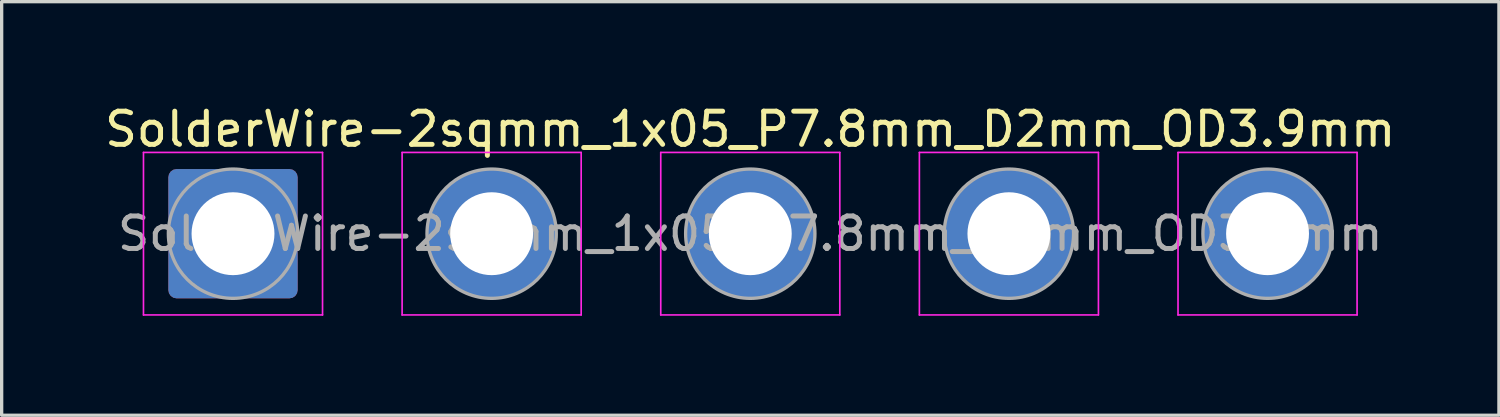
<source format=kicad_pcb>
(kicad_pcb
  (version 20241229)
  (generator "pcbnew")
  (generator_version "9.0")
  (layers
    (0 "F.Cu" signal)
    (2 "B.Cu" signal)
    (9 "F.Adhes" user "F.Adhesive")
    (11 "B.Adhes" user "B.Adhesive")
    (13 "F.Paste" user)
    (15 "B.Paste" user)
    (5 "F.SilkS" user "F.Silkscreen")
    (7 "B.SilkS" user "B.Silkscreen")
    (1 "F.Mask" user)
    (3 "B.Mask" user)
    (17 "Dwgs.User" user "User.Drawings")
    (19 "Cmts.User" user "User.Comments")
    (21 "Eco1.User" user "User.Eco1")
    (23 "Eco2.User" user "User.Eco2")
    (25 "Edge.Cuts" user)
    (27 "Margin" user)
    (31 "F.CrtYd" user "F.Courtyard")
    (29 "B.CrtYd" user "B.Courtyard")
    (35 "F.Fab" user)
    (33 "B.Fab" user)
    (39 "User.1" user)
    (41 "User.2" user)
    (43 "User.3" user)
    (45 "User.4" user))
  (footprint "SolderWire-2sqmm_1x05_P7.8mm_D2mm_OD3.9mm"
    (layer "F.Cu")
    (at 3.977 3.998)
    (property "Reference" "SolderWire-2sqmm_1x05_P7.8mm_D2mm_OD3.9mm" (at 15.6 -3.15 0) (layer "F.SilkS") (effects (font (size 1 1) (thickness 0.15))))
    (attr exclude_from_pos_files exclude_from_bom)
    (fp_line (start -2.7 -2.45) (end -2.7 2.45) (stroke (width 0.05) (type solid)) (layer "F.CrtYd"))
    (fp_line (start -2.7 2.45) (end 2.7 2.45) (stroke (width 0.05) (type solid)) (layer "F.CrtYd"))
    (fp_line (start 2.7 -2.45) (end -2.7 -2.45) (stroke (width 0.05) (type solid)) (layer "F.CrtYd"))
    (fp_line (start 2.7 2.45) (end 2.7 -2.45) (stroke (width 0.05) (type solid)) (layer "F.CrtYd"))
    (fp_line (start 5.1 -2.45) (end 5.1 2.45) (stroke (width 0.05) (type solid)) (layer "F.CrtYd"))
    (fp_line (start 5.1 2.45) (end 10.5 2.45) (stroke (width 0.05) (type solid)) (layer "F.CrtYd"))
    (fp_line (start 10.5 -2.45) (end 5.1 -2.45) (stroke (width 0.05) (type solid)) (layer "F.CrtYd"))
    (fp_line (start 10.5 2.45) (end 10.5 -2.45) (stroke (width 0.05) (type solid)) (layer "F.CrtYd"))
    (fp_line (start 12.9 -2.45) (end 12.9 2.45) (stroke (width 0.05) (type solid)) (layer "F.CrtYd"))
    (fp_line (start 12.9 2.45) (end 18.3 2.45) (stroke (width 0.05) (type solid)) (layer "F.CrtYd"))
    (fp_line (start 18.3 -2.45) (end 12.9 -2.45) (stroke (width 0.05) (type solid)) (layer "F.CrtYd"))
    (fp_line (start 18.3 2.45) (end 18.3 -2.45) (stroke (width 0.05) (type solid)) (layer "F.CrtYd"))
    (fp_line (start 20.7 -2.45) (end 20.7 2.45) (stroke (width 0.05) (type solid)) (layer "F.CrtYd"))
    (fp_line (start 20.7 2.45) (end 26.1 2.45) (stroke (width 0.05) (type solid)) (layer "F.CrtYd"))
    (fp_line (start 26.1 -2.45) (end 20.7 -2.45) (stroke (width 0.05) (type solid)) (layer "F.CrtYd"))
    (fp_line (start 26.1 2.45) (end 26.1 -2.45) (stroke (width 0.05) (type solid)) (layer "F.CrtYd"))
    (fp_line (start 28.5 -2.45) (end 28.5 2.45) (stroke (width 0.05) (type solid)) (layer "F.CrtYd"))
    (fp_line (start 28.5 2.45) (end 33.9 2.45) (stroke (width 0.05) (type solid)) (layer "F.CrtYd"))
    (fp_line (start 33.9 -2.45) (end 28.5 -2.45) (stroke (width 0.05) (type solid)) (layer "F.CrtYd"))
    (fp_line (start 33.9 2.45) (end 33.9 -2.45) (stroke (width 0.05) (type solid)) (layer "F.CrtYd"))
    (fp_circle (center 0 0) (end 1.95 0) (stroke (width 0.1) (type solid)) (fill no) (layer "F.Fab"))
    (fp_circle (center 7.8 0) (end 9.75 0) (stroke (width 0.1) (type solid)) (fill no) (layer "F.Fab"))
    (fp_circle (center 15.6 0) (end 17.55 0) (stroke (width 0.1) (type solid)) (fill no) (layer "F.Fab"))
    (fp_circle (center 23.4 0) (end 25.35 0) (stroke (width 0.1) (type solid)) (fill no) (layer "F.Fab"))
    (fp_circle (center 31.2 0) (end 33.15 0) (stroke (width 0.1) (type solid)) (fill no) (layer "F.Fab"))
    (fp_text user "${REFERENCE}" (at 15.6 0 0) (layer "F.Fab") (effects (font (size 0.98 0.98) (thickness 0.15))))
    (pad "1" thru_hole roundrect (at 0 0) (size 3.9 3.9) (drill 2.5) (layers "*.Cu" "*.Mask") (roundrect_rratio 0.064))
    (pad "2" thru_hole circle (at 7.8 0) (size 3.9 3.9) (drill 2.5) (layers "*.Cu" "*.Mask"))
    (pad "3" thru_hole circle (at 15.6 0) (size 3.9 3.9) (drill 2.5) (layers "*.Cu" "*.Mask"))
    (pad "4" thru_hole circle (at 23.4 0) (size 3.9 3.9) (drill 2.5) (layers "*.Cu" "*.Mask"))
    (pad "5" thru_hole circle (at 31.2 0) (size 3.9 3.9) (drill 2.5) (layers "*.Cu" "*.Mask")))
  (gr_rect
    (start -3 -3)
    (end 42.155 9.473)
    (stroke (width 0.1) (type default))
    (fill no)
    (layer "Edge.Cuts")))
</source>
